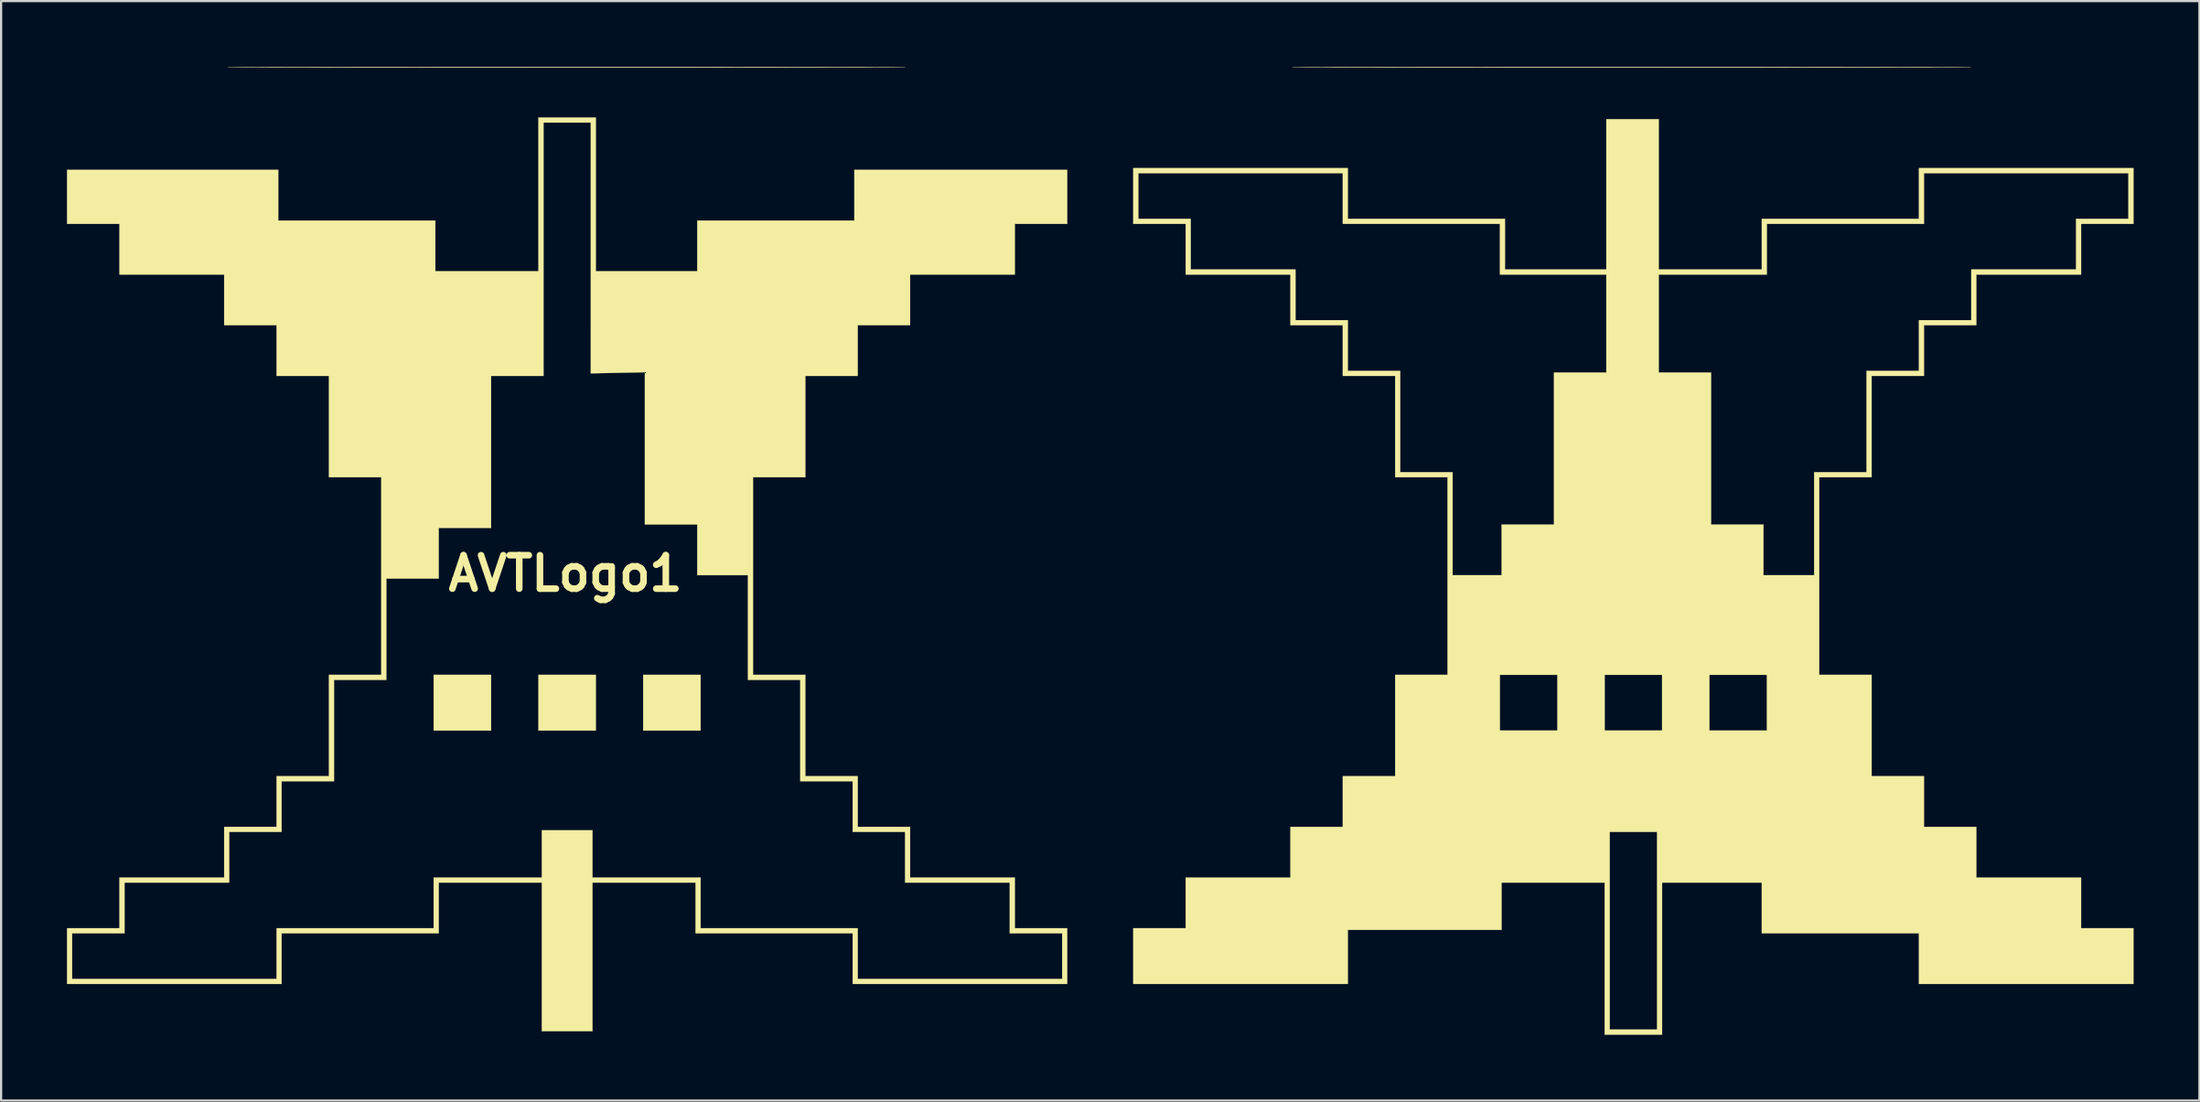
<source format=kicad_pcb>
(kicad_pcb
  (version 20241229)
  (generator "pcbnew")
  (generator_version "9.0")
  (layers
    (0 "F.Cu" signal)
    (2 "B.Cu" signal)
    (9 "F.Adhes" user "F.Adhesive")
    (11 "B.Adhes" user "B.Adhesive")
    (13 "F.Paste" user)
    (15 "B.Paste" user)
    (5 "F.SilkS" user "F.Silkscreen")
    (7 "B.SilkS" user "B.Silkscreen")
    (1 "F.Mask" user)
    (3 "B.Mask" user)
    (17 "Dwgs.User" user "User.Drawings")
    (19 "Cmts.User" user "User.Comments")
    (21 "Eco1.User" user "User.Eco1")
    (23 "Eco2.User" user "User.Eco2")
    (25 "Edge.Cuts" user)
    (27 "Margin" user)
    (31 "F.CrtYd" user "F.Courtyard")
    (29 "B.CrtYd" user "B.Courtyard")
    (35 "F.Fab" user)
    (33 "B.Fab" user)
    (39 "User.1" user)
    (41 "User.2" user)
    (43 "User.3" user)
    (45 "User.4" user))
  (footprint "AVTLogo1"
    (layer "F.Cu")
    (at 22.711 23.085)
    (property "Reference" "AVTLogo1" (at 0 0 0) (layer "F.SilkS") (effects (font (size 1.524 1.524) (thickness 0.3))))
    (attr through_hole)
    (fp_poly (pts (xy -3.387 7.158) (xy -6.004 7.158) (xy -6.004 4.618) (xy -3.387 4.618) (xy -3.387 7.158)) (stroke (width 0.01) (type solid)) (fill yes) (layer "F.SilkS"))
    (fp_poly (pts (xy 1.385 7.158) (xy -1.232 7.158) (xy -1.232 4.618) (xy 1.385 4.618) (xy 1.385 7.158)) (stroke (width 0.01) (type solid)) (fill yes) (layer "F.SilkS"))
    (fp_poly (pts (xy 6.158 7.158) (xy 3.541 7.158) (xy 3.541 4.618) (xy 6.158 4.618) (xy 6.158 7.158)) (stroke (width 0.01) (type solid)) (fill yes) (layer "F.SilkS"))
    (fp_poly (pts (xy 3.094 -23.079) (xy 5.127 -23.079) (xy 7.101 -23.078) (xy 8.993 -23.076) (xy 10.781 -23.074) (xy 12.44 -23.072) (xy 12.572 -23.072) (xy 13.428 -23.07) (xy 14.133 -23.069) (xy 14.688 -23.067) (xy 15.098 -23.066) (xy 15.363 -23.065) (xy 15.486 -23.063) (xy 15.47 -23.062) (xy 15.317 -23.061) (xy 15.03 -23.06) (xy 14.611 -23.059) (xy 14.063 -23.058) (xy 13.387 -23.057) (xy 12.587 -23.056) (xy 11.664 -23.055) (xy 10.622 -23.054) (xy 9.463 -23.054) (xy 8.189 -23.053) (xy 6.803 -23.053) (xy 5.306 -23.052) (xy 3.703 -23.052) (xy 1.994 -23.052) (xy 0.182 -23.052) (xy 0.038 -23.052) (xy -1.78 -23.052) (xy -3.496 -23.052) (xy -5.107 -23.052) (xy -6.611 -23.053) (xy -8.005 -23.053) (xy -9.286 -23.054) (xy -10.452 -23.054) (xy -11.502 -23.055) (xy -12.431 -23.056) (xy -13.239 -23.057) (xy -13.922 -23.058) (xy -14.478 -23.059) (xy -14.904 -23.06) (xy -15.199 -23.061) (xy -15.36 -23.062) (xy -15.384 -23.063) (xy -15.268 -23.065) (xy -15.011 -23.066) (xy -14.611 -23.067) (xy -14.063 -23.069) (xy -13.367 -23.07) (xy -12.52 -23.072) (xy -12.444 -23.072) (xy -10.79 -23.074) (xy -9.008 -23.076) (xy -7.119 -23.077) (xy -5.148 -23.079) (xy -3.117 -23.079) (xy -1.051 -23.08) (xy 1.027 -23.08) (xy 3.094 -23.079)) (stroke (width 0.01) (type solid)) (fill yes) (layer "F.SilkS"))
    (fp_poly (pts (xy 1.385 -13.778) (xy 6.004 -13.778) (xy 6.004 -16.087) (xy 13.162 -16.087) (xy 13.162 -18.396) (xy 22.86 -18.396) (xy 22.86 -15.933) (xy 20.474 -15.933) (xy 20.474 -13.624) (xy 15.702 -13.624) (xy 15.702 -11.315) (xy 13.316 -11.315) (xy 13.316 -9.005) (xy 10.93 -9.005) (xy 10.93 -4.387) (xy 8.544 -4.387) (xy 8.544 4.618) (xy 10.93 4.618) (xy 10.93 9.236) (xy 13.316 9.236) (xy 13.316 11.545) (xy 15.702 11.545) (xy 15.702 13.855) (xy 20.474 13.855) (xy 20.474 16.164) (xy 22.86 16.164) (xy 22.86 18.704) (xy 13.085 18.704) (xy 13.085 16.395) (xy 5.927 16.395) (xy 5.927 14.085) (xy 1.232 14.085) (xy 1.232 20.859) (xy -1.078 20.859) (xy -1.078 14.085) (xy -5.773 14.085) (xy -5.773 16.395) (xy -12.931 16.395) (xy -12.931 18.704) (xy -22.706 18.704) (xy -22.706 16.395) (xy -22.475 16.395) (xy -22.475 18.473) (xy -13.162 18.473) (xy -13.162 16.164) (xy -6.004 16.164) (xy -6.004 13.855) (xy -1.078 13.855) (xy -1.078 11.699) (xy 1.232 11.699) (xy 1.232 13.855) (xy 6.158 13.855) (xy 6.158 16.164) (xy 13.316 16.164) (xy 13.316 18.473) (xy 22.629 18.473) (xy 22.629 16.395) (xy 20.243 16.395) (xy 20.243 14.085) (xy 15.471 14.085) (xy 15.471 11.776) (xy 13.085 11.776) (xy 13.085 9.467) (xy 10.699 9.467) (xy 10.699 4.849) (xy 8.313 4.849) (xy 8.313 0.077) (xy 6.004 0.077) (xy 6.004 -2.232) (xy 3.618 -2.232) (xy 3.618 -9.173) (xy 1.154 -9.121) (xy 1.155 -20.551) (xy -1.001 -20.551) (xy -1.001 -9.005) (xy -3.387 -9.005) (xy -3.387 -2.078) (xy -5.773 -2.078) (xy -5.773 0.231) (xy -8.159 0.231) (xy -8.159 4.849) (xy -10.545 4.849) (xy -10.545 9.467) (xy -12.931 9.467) (xy -12.931 11.776) (xy -15.317 11.776) (xy -15.317 14.085) (xy -20.089 14.085) (xy -20.089 16.395) (xy -22.475 16.395) (xy -22.706 16.395) (xy -22.706 16.164) (xy -20.32 16.164) (xy -20.32 13.855) (xy -15.548 13.855) (xy -15.548 11.545) (xy -13.162 11.545) (xy -13.162 9.236) (xy -10.776 9.236) (xy -10.776 4.618) (xy -8.39 4.618) (xy -8.39 -4.387) (xy -10.776 -4.387) (xy -10.776 -9.005) (xy -13.162 -9.005) (xy -13.162 -11.315) (xy -15.548 -11.315) (xy -15.548 -13.624) (xy -20.32 -13.624) (xy -20.32 -15.933) (xy -22.706 -15.933) (xy -22.706 -18.396) (xy -13.085 -18.396) (xy -13.085 -16.087) (xy -5.927 -16.087) (xy -5.927 -13.778) (xy -1.232 -13.778) (xy -1.232 -20.782) (xy 1.385 -20.782) (xy 1.385 -13.778)) (stroke (width 0.01) (type solid)) (fill yes) (layer "F.SilkS")))
  (footprint "AVTLogo2"
    (layer "F.Cu")
    (at 71.287 23.085)
    (property "Reference" "AVTLogo2" (at 0 0 0) (layer "F.SilkS") (effects (font (size 1.524 1.524) (thickness 0.3))))
    (attr through_hole)
    (fp_poly (pts (xy 3.039 -23.079) (xy 5.076 -23.079) (xy 7.056 -23.078) (xy 8.954 -23.076) (xy 10.748 -23.074) (xy 12.412 -23.072) (xy 12.527 -23.072) (xy 13.386 -23.07) (xy 14.093 -23.069) (xy 14.651 -23.067) (xy 15.063 -23.066) (xy 15.33 -23.065) (xy 15.456 -23.063) (xy 15.443 -23.062) (xy 15.292 -23.061) (xy 15.007 -23.06) (xy 14.59 -23.059) (xy 14.044 -23.058) (xy 13.37 -23.057) (xy 12.572 -23.056) (xy 11.652 -23.055) (xy 10.611 -23.054) (xy 9.454 -23.054) (xy 8.181 -23.053) (xy 6.796 -23.053) (xy 5.301 -23.052) (xy 3.698 -23.052) (xy 1.99 -23.052) (xy 0.18 -23.052) (xy 0 -23.052) (xy -1.82 -23.052) (xy -3.538 -23.052) (xy -5.151 -23.052) (xy -6.657 -23.053) (xy -8.053 -23.053) (xy -9.336 -23.054) (xy -10.505 -23.054) (xy -11.557 -23.055) (xy -12.489 -23.056) (xy -13.299 -23.057) (xy -13.985 -23.058) (xy -14.543 -23.059) (xy -14.973 -23.06) (xy -15.27 -23.061) (xy -15.434 -23.062) (xy -15.461 -23.063) (xy -15.349 -23.065) (xy -15.095 -23.066) (xy -14.697 -23.067) (xy -14.153 -23.069) (xy -13.46 -23.07) (xy -12.616 -23.072) (xy -12.527 -23.072) (xy -10.873 -23.074) (xy -9.088 -23.076) (xy -7.197 -23.077) (xy -5.222 -23.079) (xy -3.188 -23.079) (xy -1.117 -23.08) (xy 0.966 -23.08) (xy 3.039 -23.079)) (stroke (width 0.01) (type solid)) (fill yes) (layer "F.SilkS"))
    (fp_poly (pts (xy 1.232 -13.855) (xy 5.927 -13.855) (xy 5.927 -16.164) (xy 13.085 -16.164) (xy 13.085 -18.473) (xy 22.86 -18.473) (xy 22.86 -15.933) (xy 20.474 -15.933) (xy 20.474 -13.624) (xy 15.702 -13.624) (xy 15.702 -11.315) (xy 13.316 -11.315) (xy 13.316 -9.005) (xy 10.93 -9.005) (xy 10.93 -4.387) (xy 8.544 -4.387) (xy 8.544 4.618) (xy 10.93 4.618) (xy 10.93 9.236) (xy 13.316 9.236) (xy 13.316 11.545) (xy 15.702 11.545) (xy 15.702 13.855) (xy 20.474 13.855) (xy 20.474 16.164) (xy 22.86 16.164) (xy 22.86 18.704) (xy 13.085 18.704) (xy 13.085 16.395) (xy 5.927 16.395) (xy 5.927 14.085) (xy 1.385 14.085) (xy 1.385 21.013) (xy -1.232 21.013) (xy -1.232 14.085) (xy -5.927 14.085) (xy -5.927 16.241) (xy -12.931 16.241) (xy -12.931 18.704) (xy -22.706 18.704) (xy -22.706 16.164) (xy -20.32 16.164) (xy -20.32 13.855) (xy -15.548 13.855) (xy -15.548 11.776) (xy -1.001 11.776) (xy -1.001 20.782) (xy 1.155 20.782) (xy 1.155 11.776) (xy -1.001 11.776) (xy -15.548 11.776) (xy -15.548 11.545) (xy -13.162 11.545) (xy -13.162 9.236) (xy -10.776 9.236) (xy -10.776 4.618) (xy -8.39 4.618) (xy -6.004 4.618) (xy -6.004 7.158) (xy -3.387 7.158) (xy -3.387 4.618) (xy -1.232 4.618) (xy -1.232 7.158) (xy 1.385 7.158) (xy 1.385 4.618) (xy 3.541 4.618) (xy 3.541 7.158) (xy 6.158 7.158) (xy 6.158 4.618) (xy 3.541 4.618) (xy 1.385 4.618) (xy -1.232 4.618) (xy -3.387 4.618) (xy -6.004 4.618) (xy -8.39 4.618) (xy -8.39 -4.387) (xy -10.776 -4.387) (xy -10.776 -9.005) (xy -13.162 -9.005) (xy -13.162 -11.315) (xy -15.548 -11.315) (xy -15.548 -13.624) (xy -20.32 -13.624) (xy -20.32 -15.933) (xy -22.706 -15.933) (xy -22.706 -18.242) (xy -22.475 -18.242) (xy -22.475 -16.164) (xy -20.089 -16.164) (xy -20.089 -13.855) (xy -15.317 -13.855) (xy -15.317 -11.545) (xy -12.931 -11.545) (xy -12.931 -9.236) (xy -10.545 -9.236) (xy -10.545 -4.618) (xy -8.159 -4.618) (xy -8.159 0.077) (xy -5.927 0.077) (xy -5.927 -2.232) (xy -3.541 -2.232) (xy -3.541 -9.159) (xy -1.155 -9.159) (xy -1.155 -13.624) (xy 1.232 -13.624) (xy 1.232 -9.159) (xy 3.618 -9.159) (xy 3.618 -2.232) (xy 6.004 -2.232) (xy 6.004 0.077) (xy 8.313 0.077) (xy 8.313 -4.618) (xy 10.699 -4.618) (xy 10.699 -9.236) (xy 13.085 -9.236) (xy 13.085 -11.545) (xy 15.471 -11.545) (xy 15.471 -13.855) (xy 20.243 -13.855) (xy 20.243 -16.164) (xy 22.629 -16.164) (xy 22.629 -18.242) (xy 13.316 -18.242) (xy 13.316 -15.933) (xy 6.158 -15.933) (xy 6.158 -13.624) (xy 1.232 -13.624) (xy -1.155 -13.624) (xy -6.004 -13.624) (xy -6.004 -15.933) (xy -13.162 -15.933) (xy -13.162 -18.242) (xy -22.475 -18.242) (xy -22.706 -18.242) (xy -22.706 -18.473) (xy -12.931 -18.473) (xy -12.931 -16.164) (xy -5.773 -16.164) (xy -5.773 -13.855) (xy -1.155 -13.855) (xy -1.155 -20.705) (xy 1.232 -20.705) (xy 1.232 -13.855)) (stroke (width 0.01) (type solid)) (fill yes) (layer "F.SilkS")))
  (gr_rect
    (start -3 -3)
    (end 97.152 47.102)
    (stroke (width 0.1) (type default))
    (fill no)
    (layer "Edge.Cuts")))
</source>
